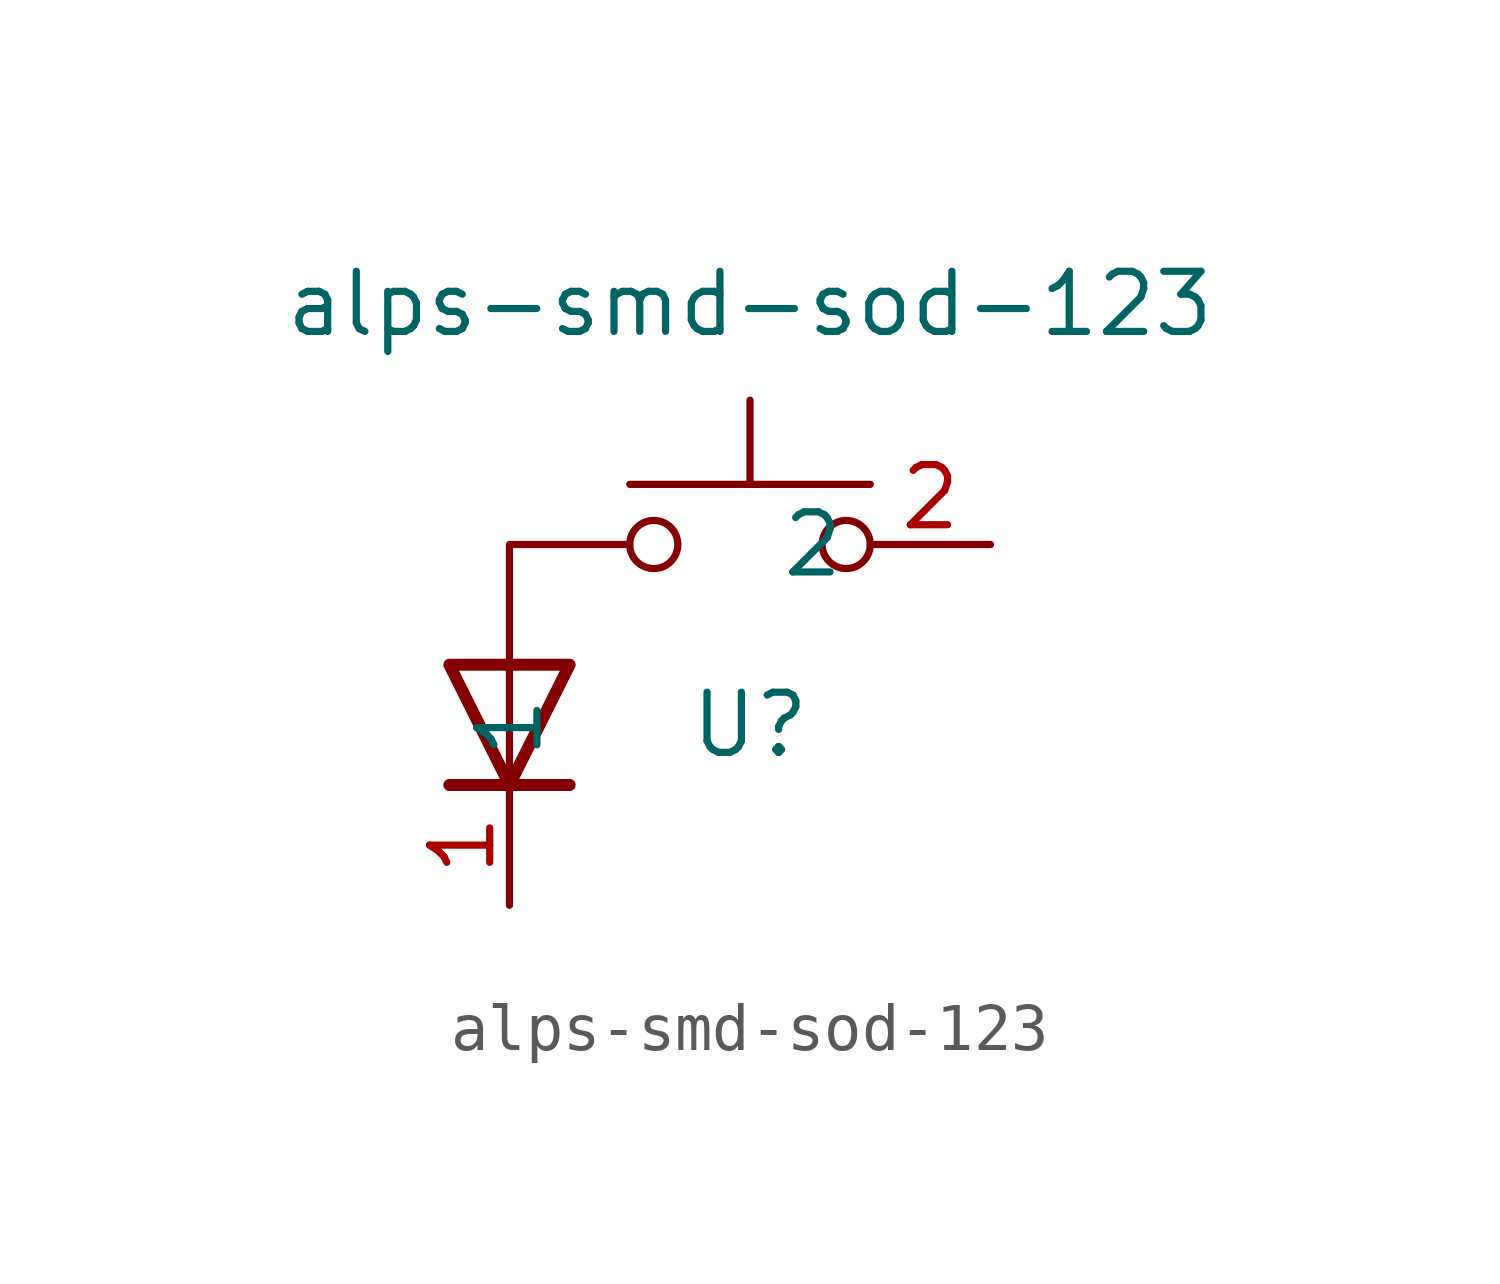
<source format=kicad_sym>
(kicad_symbol_lib
  (version 20211014)
  (generator kicad_symbol_editor)
  (symbol "alps-smd-sod-123"
    (property "Reference" "U"
      (at 0 0 0)
      (effects (font (size 1.27 1.27))))
    (property "Value" "alps-smd-sod-123"
      (at 0 8.89 0)
      (effects (font (size 1.27 1.27))))
    (symbol "alps-smd-sod-123_0_1"
      (circle (center -2.032 3.81) (radius 0.508) (stroke (width 0) (type default) (color 0 0 0 0)) (fill (type none)))
      (polyline (pts (xy -6.35 -1.27) (xy -3.81 -1.27)) (stroke (width 0.254) (type default) (color 0 0 0 0)) (fill (type none)))
      (polyline (pts (xy -5.08 1.27) (xy -5.08 -1.27)) (stroke (width 0) (type default) (color 0 0 0 0)) (fill (type none)))
      (polyline (pts (xy 0 5.08) (xy 0 6.858)) (stroke (width 0) (type default) (color 0 0 0 0)) (fill (type none)))
      (polyline (pts (xy 2.54 5.08) (xy -2.54 5.08)) (stroke (width 0) (type default) (color 0 0 0 0)) (fill (type none)))
      (polyline (pts (xy -5.08 1.27) (xy -5.08 3.81) (xy -2.54 3.81)) (stroke (width 0) (type default) (color 0 0 0 0)) (fill (type none)))
      (polyline (pts (xy -6.35 1.27) (xy -3.81 1.27) (xy -5.08 -1.27) (xy -6.35 1.27)) (stroke (width 0.254) (type default) (color 0 0 0 0)) (fill (type none)))
      (circle (center 2.032 3.81) (radius 0.508) (stroke (width 0) (type default) (color 0 0 0 0)) (fill (type none)))
      (pin passive line (at 5.08 3.81 180) (length 2.54) (name "2" (effects (font (size 1.27 1.27)))) (number "2" (effects (font (size 1.27 1.27))))))
    (symbol "alps-smd-sod-123_1_1"
      (pin passive line (at -5.08 -3.81 90) (length 2.54) (name "1" (effects (font (size 1.27 1.27)))) (number "1" (effects (font (size 1.27 1.27))))))))
</source>
